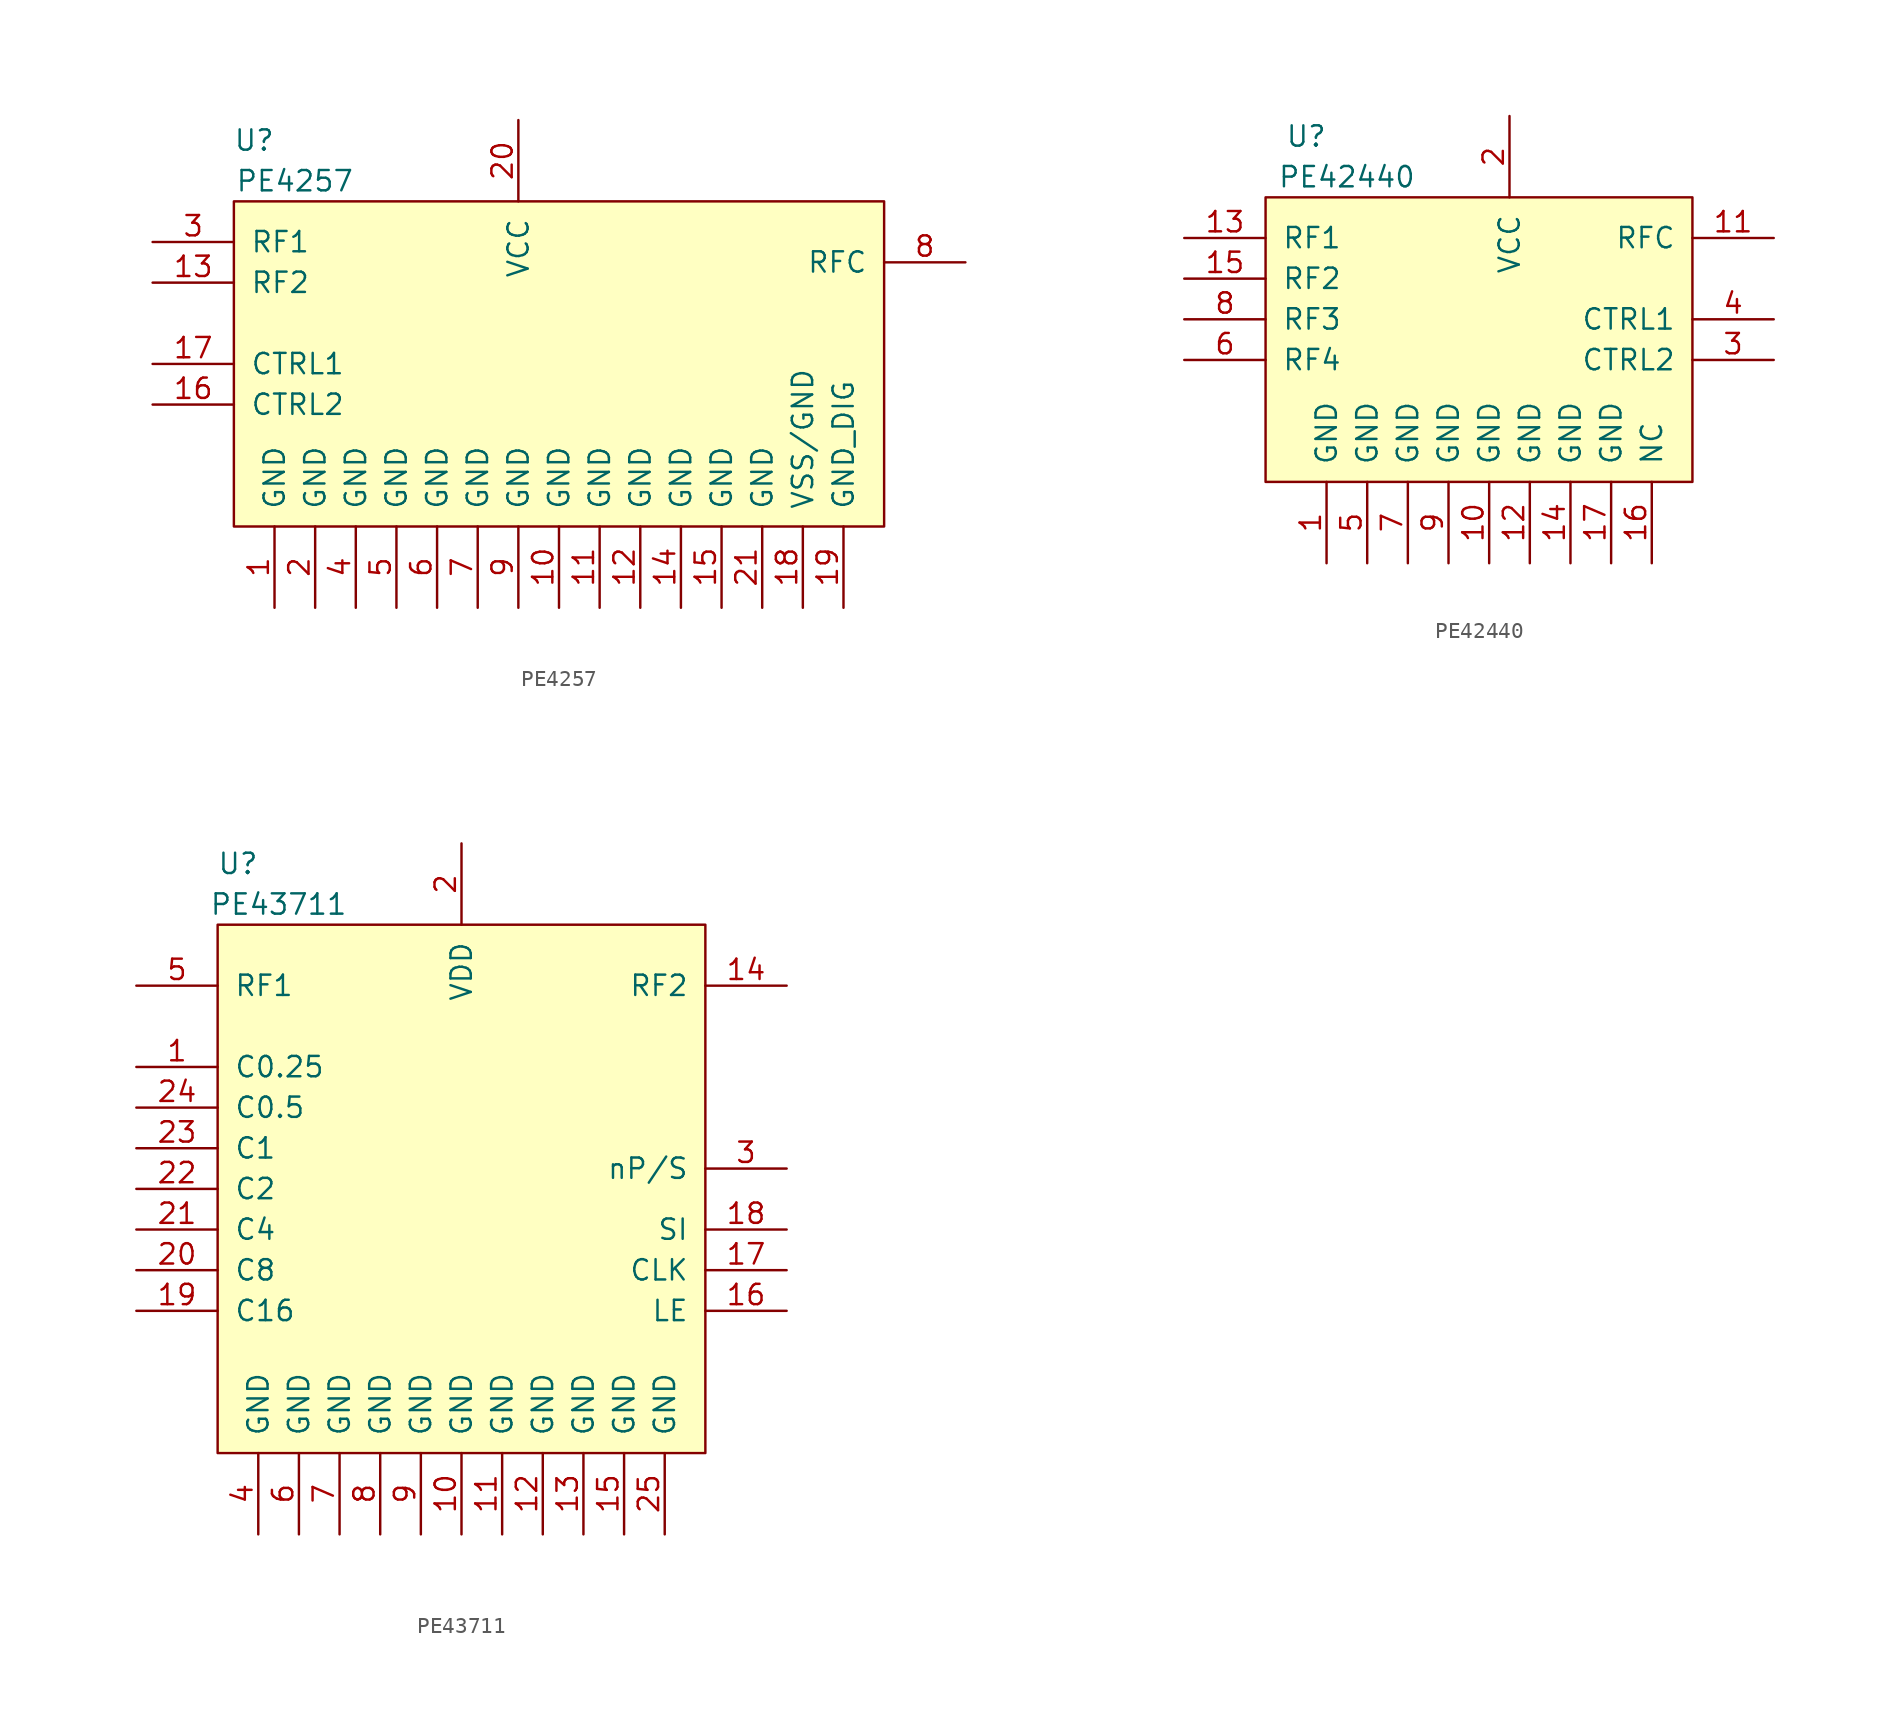
<source format=kicad_sym>
(kicad_symbol_lib
  (version 20231120)
  (generator "kicad_symbol_editor")
  (generator_version "8.0")
  (symbol "PE4257"
    (pin_names
      (offset 1.016))
    (property "Reference" "U"
      (at -16.51 -12.7 0)
      (effects (font (size 1.27 1.27))))
    (property "Value" "PE4257"
      (at -13.97 -15.24 0)
      (effects (font (size 1.27 1.27))))
    (symbol "PE4257_0_1"
      (rectangle (start -17.78 -16.51) (end 22.86 -36.83) (stroke (width 0) (type default)) (fill (type background))))
    (symbol "PE4257_1_1"
      (pin power_in line (at -15.24 -41.91 90) (length 5.08) (name "GND" (effects (font (size 1.27 1.27)))) (number "1" (effects (font (size 1.27 1.27)))))
      (pin power_in line (at 2.54 -41.91 90) (length 5.08) (name "GND" (effects (font (size 1.27 1.27)))) (number "10" (effects (font (size 1.27 1.27)))))
      (pin power_in line (at 5.08 -41.91 90) (length 5.08) (name "GND" (effects (font (size 1.27 1.27)))) (number "11" (effects (font (size 1.27 1.27)))))
      (pin power_in line (at 7.62 -41.91 90) (length 5.08) (name "GND" (effects (font (size 1.27 1.27)))) (number "12" (effects (font (size 1.27 1.27)))))
      (pin bidirectional line (at -22.86 -21.59 0) (length 5.08) (name "RF2" (effects (font (size 1.27 1.27)))) (number "13" (effects (font (size 1.27 1.27)))))
      (pin power_in line (at 10.16 -41.91 90) (length 5.08) (name "GND" (effects (font (size 1.27 1.27)))) (number "14" (effects (font (size 1.27 1.27)))))
      (pin power_in line (at 12.7 -41.91 90) (length 5.08) (name "GND" (effects (font (size 1.27 1.27)))) (number "15" (effects (font (size 1.27 1.27)))))
      (pin bidirectional line (at -22.86 -29.21 0) (length 5.08) (name "CTRL2" (effects (font (size 1.27 1.27)))) (number "16" (effects (font (size 1.27 1.27)))))
      (pin bidirectional line (at -22.86 -26.67 0) (length 5.08) (name "CTRL1" (effects (font (size 1.27 1.27)))) (number "17" (effects (font (size 1.27 1.27)))))
      (pin power_in line (at 17.78 -41.91 90) (length 5.08) (name "VSS/GND" (effects (font (size 1.27 1.27)))) (number "18" (effects (font (size 1.27 1.27)))))
      (pin power_in line (at 20.32 -41.91 90) (length 5.08) (name "GND_DIG" (effects (font (size 1.27 1.27)))) (number "19" (effects (font (size 1.27 1.27)))))
      (pin power_in line (at -12.7 -41.91 90) (length 5.08) (name "GND" (effects (font (size 1.27 1.27)))) (number "2" (effects (font (size 1.27 1.27)))))
      (pin power_in line (at 0 -11.43 270) (length 5.08) (name "VCC" (effects (font (size 1.27 1.27)))) (number "20" (effects (font (size 1.27 1.27)))))
      (pin power_in line (at 15.24 -41.91 90) (length 5.08) (name "GND" (effects (font (size 1.27 1.27)))) (number "21" (effects (font (size 1.27 1.27)))))
      (pin bidirectional line (at -22.86 -19.05 0) (length 5.08) (name "RF1" (effects (font (size 1.27 1.27)))) (number "3" (effects (font (size 1.27 1.27)))))
      (pin power_in line (at -10.16 -41.91 90) (length 5.08) (name "GND" (effects (font (size 1.27 1.27)))) (number "4" (effects (font (size 1.27 1.27)))))
      (pin power_in line (at -7.62 -41.91 90) (length 5.08) (name "GND" (effects (font (size 1.27 1.27)))) (number "5" (effects (font (size 1.27 1.27)))))
      (pin power_in line (at -5.08 -41.91 90) (length 5.08) (name "GND" (effects (font (size 1.27 1.27)))) (number "6" (effects (font (size 1.27 1.27)))))
      (pin power_in line (at -2.54 -41.91 90) (length 5.08) (name "GND" (effects (font (size 1.27 1.27)))) (number "7" (effects (font (size 1.27 1.27)))))
      (pin bidirectional line (at 27.94 -20.32 180) (length 5.08) (name "RFC" (effects (font (size 1.27 1.27)))) (number "8" (effects (font (size 1.27 1.27)))))
      (pin power_in line (at 0 -41.91 90) (length 5.08) (name "GND" (effects (font (size 1.27 1.27)))) (number "9" (effects (font (size 1.27 1.27)))))))
  (symbol "PE42440"
    (pin_names
      (offset 1.016))
    (property "Reference" "U"
      (at -10.16 11.43 0)
      (effects (font (size 1.27 1.27))))
    (property "Value" "PE42440"
      (at -7.62 8.89 0)
      (effects (font (size 1.27 1.27))))
    (symbol "PE42440_0_1"
      (rectangle (start -12.7 7.62) (end 13.97 -10.16) (stroke (width 0) (type default)) (fill (type background))))
    (symbol "PE42440_1_1"
      (pin power_in line (at -8.89 -15.24 90) (length 5.08) (name "GND" (effects (font (size 1.27 1.27)))) (number "1" (effects (font (size 1.27 1.27)))))
      (pin power_in line (at 1.27 -15.24 90) (length 5.08) (name "GND" (effects (font (size 1.27 1.27)))) (number "10" (effects (font (size 1.27 1.27)))))
      (pin bidirectional line (at 19.05 5.08 180) (length 5.08) (name "RFC" (effects (font (size 1.27 1.27)))) (number "11" (effects (font (size 1.27 1.27)))))
      (pin power_in line (at 3.81 -15.24 90) (length 5.08) (name "GND" (effects (font (size 1.27 1.27)))) (number "12" (effects (font (size 1.27 1.27)))))
      (pin bidirectional line (at -17.78 5.08 0) (length 5.08) (name "RF1" (effects (font (size 1.27 1.27)))) (number "13" (effects (font (size 1.27 1.27)))))
      (pin power_in line (at 6.35 -15.24 90) (length 5.08) (name "GND" (effects (font (size 1.27 1.27)))) (number "14" (effects (font (size 1.27 1.27)))))
      (pin bidirectional line (at -17.78 2.54 0) (length 5.08) (name "RF2" (effects (font (size 1.27 1.27)))) (number "15" (effects (font (size 1.27 1.27)))))
      (pin bidirectional line (at 11.43 -15.24 90) (length 5.08) (name "NC" (effects (font (size 1.27 1.27)))) (number "16" (effects (font (size 1.27 1.27)))))
      (pin power_in line (at 8.89 -15.24 90) (length 5.08) (name "GND" (effects (font (size 1.27 1.27)))) (number "17" (effects (font (size 1.27 1.27)))))
      (pin power_in line (at 2.54 12.7 270) (length 5.08) (name "VCC" (effects (font (size 1.27 1.27)))) (number "2" (effects (font (size 1.27 1.27)))))
      (pin bidirectional line (at 19.05 -2.54 180) (length 5.08) (name "CTRL2" (effects (font (size 1.27 1.27)))) (number "3" (effects (font (size 1.27 1.27)))))
      (pin bidirectional line (at 19.05 0 180) (length 5.08) (name "CTRL1" (effects (font (size 1.27 1.27)))) (number "4" (effects (font (size 1.27 1.27)))))
      (pin power_in line (at -6.35 -15.24 90) (length 5.08) (name "GND" (effects (font (size 1.27 1.27)))) (number "5" (effects (font (size 1.27 1.27)))))
      (pin bidirectional line (at -17.78 -2.54 0) (length 5.08) (name "RF4" (effects (font (size 1.27 1.27)))) (number "6" (effects (font (size 1.27 1.27)))))
      (pin power_in line (at -3.81 -15.24 90) (length 5.08) (name "GND" (effects (font (size 1.27 1.27)))) (number "7" (effects (font (size 1.27 1.27)))))
      (pin bidirectional line (at -17.78 0 0) (length 5.08) (name "RF3" (effects (font (size 1.27 1.27)))) (number "8" (effects (font (size 1.27 1.27)))))
      (pin power_in line (at -1.27 -15.24 90) (length 5.08) (name "GND" (effects (font (size 1.27 1.27)))) (number "9" (effects (font (size 1.27 1.27)))))))
  (symbol "PE43711"
    (pin_names
      (offset 1.016))
    (property "Reference" "U"
      (at -13.97 19.05 0)
      (effects (font (size 1.27 1.27))))
    (property "Value" "PE43711"
      (at -11.43 16.51 0)
      (effects (font (size 1.27 1.27))))
    (symbol "PE43711_0_0"
      (pin bidirectional line (at -20.32 6.35 0) (length 5.08) (name "C0.25" (effects (font (size 1.27 1.27)))) (number "1" (effects (font (size 1.27 1.27)))))
      (pin power_in line (at 0 -22.86 90) (length 5.08) (name "GND" (effects (font (size 1.27 1.27)))) (number "10" (effects (font (size 1.27 1.27)))))
      (pin power_in line (at 0 20.32 270) (length 5.08) (name "VDD" (effects (font (size 1.27 1.27)))) (number "2" (effects (font (size 1.27 1.27)))))
      (pin bidirectional line (at 20.32 0 180) (length 5.08) (name "nP/S" (effects (font (size 1.27 1.27)))) (number "3" (effects (font (size 1.27 1.27)))))
      (pin power_in line (at -5.08 -22.86 90) (length 5.08) (name "GND" (effects (font (size 1.27 1.27)))) (number "8" (effects (font (size 1.27 1.27)))))
      (pin power_in line (at -2.54 -22.86 90) (length 5.08) (name "GND" (effects (font (size 1.27 1.27)))) (number "9" (effects (font (size 1.27 1.27))))))
    (symbol "PE43711_0_1"
      (rectangle (start -15.24 15.24) (end 15.24 -17.78) (stroke (width 0) (type default)) (fill (type background))))
    (symbol "PE43711_1_0"
      (pin power_in line (at 2.54 -22.86 90) (length 5.08) (name "GND" (effects (font (size 1.27 1.27)))) (number "11" (effects (font (size 1.27 1.27)))))
      (pin power_in line (at 5.08 -22.86 90) (length 5.08) (name "GND" (effects (font (size 1.27 1.27)))) (number "12" (effects (font (size 1.27 1.27)))))
      (pin power_in line (at 7.62 -22.86 90) (length 5.08) (name "GND" (effects (font (size 1.27 1.27)))) (number "13" (effects (font (size 1.27 1.27)))))
      (pin bidirectional line (at 20.32 11.43 180) (length 5.08) (name "RF2" (effects (font (size 1.27 1.27)))) (number "14" (effects (font (size 1.27 1.27)))))
      (pin power_in line (at 10.16 -22.86 90) (length 5.08) (name "GND" (effects (font (size 1.27 1.27)))) (number "15" (effects (font (size 1.27 1.27)))))
      (pin bidirectional line (at 20.32 -8.89 180) (length 5.08) (name "LE" (effects (font (size 1.27 1.27)))) (number "16" (effects (font (size 1.27 1.27)))))
      (pin bidirectional line (at 20.32 -6.35 180) (length 5.08) (name "CLK" (effects (font (size 1.27 1.27)))) (number "17" (effects (font (size 1.27 1.27)))))
      (pin bidirectional line (at 20.32 -3.81 180) (length 5.08) (name "SI" (effects (font (size 1.27 1.27)))) (number "18" (effects (font (size 1.27 1.27)))))
      (pin bidirectional line (at -20.32 -8.89 0) (length 5.08) (name "C16" (effects (font (size 1.27 1.27)))) (number "19" (effects (font (size 1.27 1.27)))))
      (pin bidirectional line (at -20.32 -6.35 0) (length 5.08) (name "C8" (effects (font (size 1.27 1.27)))) (number "20" (effects (font (size 1.27 1.27)))))
      (pin bidirectional line (at -20.32 -3.81 0) (length 5.08) (name "C4" (effects (font (size 1.27 1.27)))) (number "21" (effects (font (size 1.27 1.27)))))
      (pin bidirectional line (at -20.32 -1.27 0) (length 5.08) (name "C2" (effects (font (size 1.27 1.27)))) (number "22" (effects (font (size 1.27 1.27)))))
      (pin bidirectional line (at -20.32 1.27 0) (length 5.08) (name "C1" (effects (font (size 1.27 1.27)))) (number "23" (effects (font (size 1.27 1.27)))))
      (pin bidirectional line (at -20.32 3.81 0) (length 5.08) (name "C0.5" (effects (font (size 1.27 1.27)))) (number "24" (effects (font (size 1.27 1.27)))))
      (pin power_in line (at 12.7 -22.86 90) (length 5.08) (name "GND" (effects (font (size 1.27 1.27)))) (number "25" (effects (font (size 1.27 1.27)))))
      (pin power_in line (at -12.7 -22.86 90) (length 5.08) (name "GND" (effects (font (size 1.27 1.27)))) (number "4" (effects (font (size 1.27 1.27)))))
      (pin bidirectional line (at -20.32 11.43 0) (length 5.08) (name "RF1" (effects (font (size 1.27 1.27)))) (number "5" (effects (font (size 1.27 1.27)))))
      (pin power_in line (at -10.16 -22.86 90) (length 5.08) (name "GND" (effects (font (size 1.27 1.27)))) (number "6" (effects (font (size 1.27 1.27)))))
      (pin power_in line (at -7.62 -22.86 90) (length 5.08) (name "GND" (effects (font (size 1.27 1.27)))) (number "7" (effects (font (size 1.27 1.27))))))))
</source>
